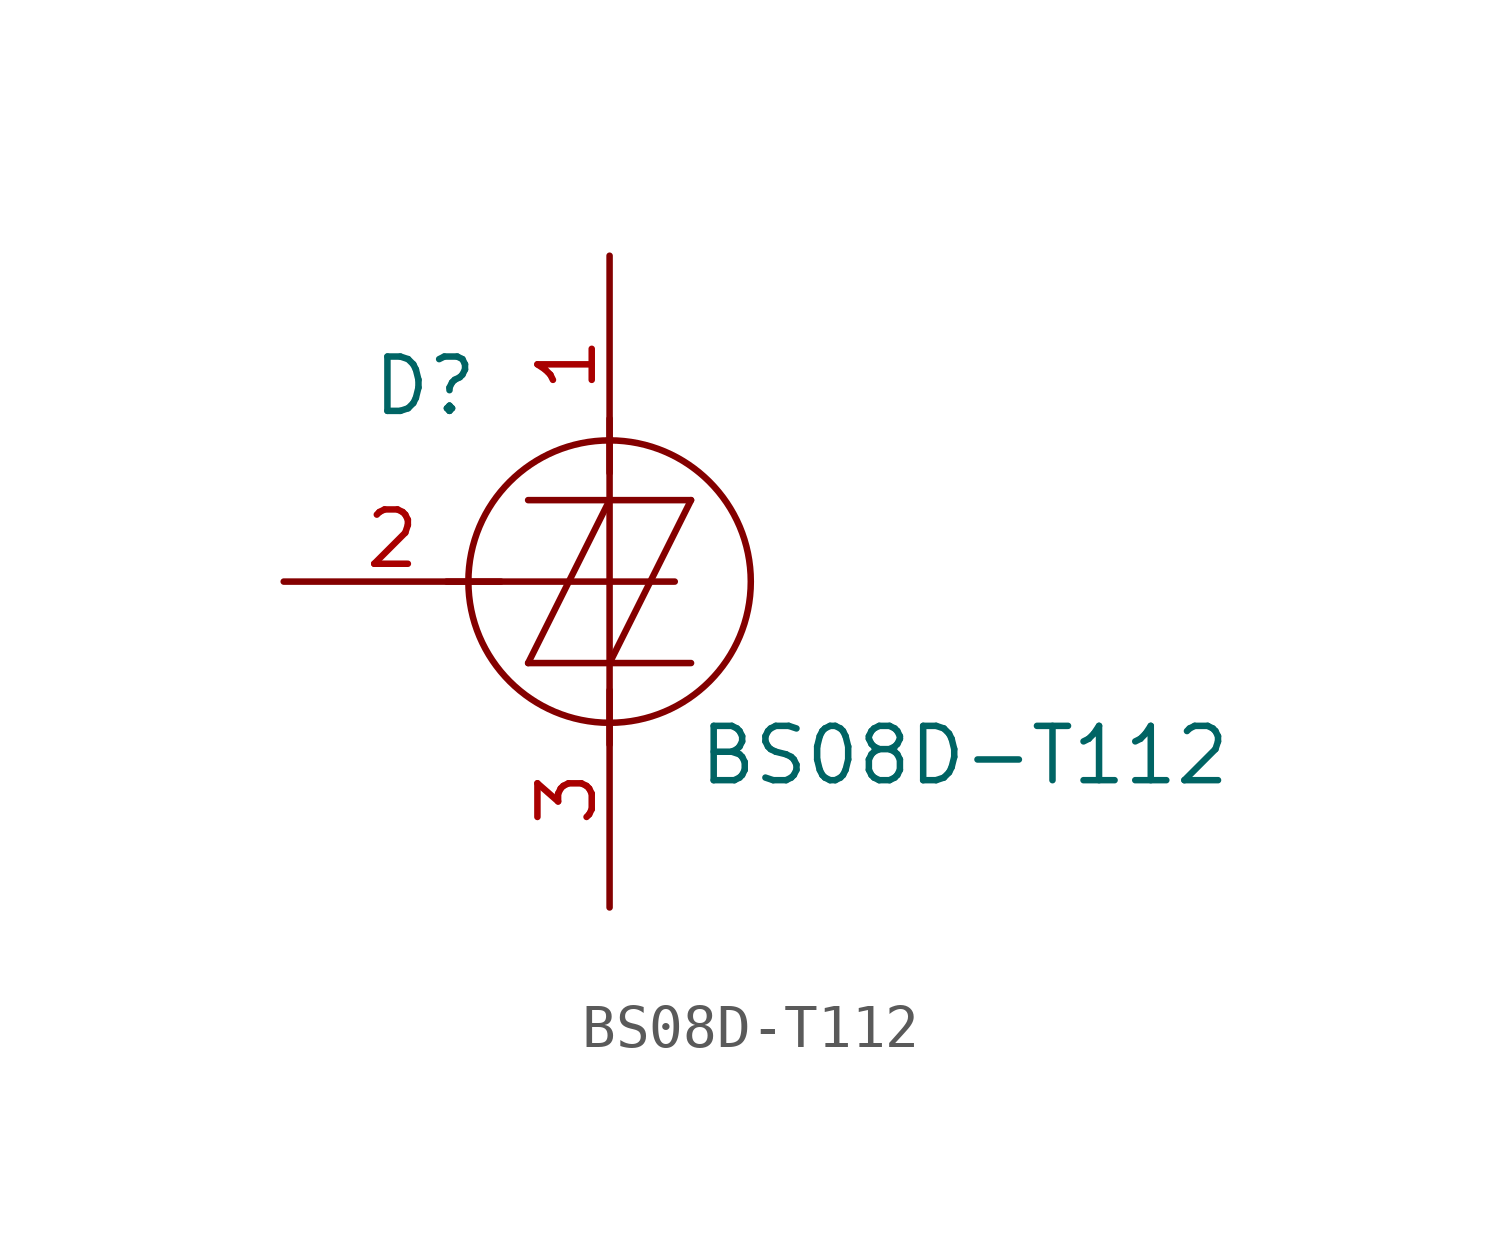
<source format=kicad_sym>
(kicad_symbol_lib
  (version 20201005)
  (generator kicad_symbol_editor)
  (symbol "BS08D-T112"
    (pin_names
      (offset 0) hide)
    (property "Reference" "D"
      (at -4.318 4.572 0)
      (effects (font (size 1.27 1.27))))
    (property "Value" "BS08D-T112"
      (at 2.032 -4.064 0)
      (effects (font (size 1.27 1.27)) (justify left)))
    (symbol "BS08D-T112_0_1"
      (circle (center 0 0) (radius 3.302) (stroke (width 0)) (fill (type none)))
      (polyline (pts (xy -1.905 -1.905) (xy 1.905 -1.905)) (stroke (width 0)) (fill (type none)))
      (polyline (pts (xy -1.905 1.905) (xy 1.905 1.905)) (stroke (width 0)) (fill (type none)))
      (polyline (pts (xy 0 1.905) (xy -1.905 -1.905)) (stroke (width 0)) (fill (type none)))
      (polyline (pts (xy 0 3.81) (xy 0 -3.81)) (stroke (width 0)) (fill (type none)))
      (polyline (pts (xy 1.524 0) (xy -3.81 0)) (stroke (width 0)) (fill (type none)))
      (polyline (pts (xy 1.905 1.905) (xy 0 -1.905)) (stroke (width 0)) (fill (type none))))
    (symbol "BS08D-T112_1_1"
      (pin passive line (at 0 7.62 270) (length 5.08) (name "T2" (effects (font (size 1.27 1.27)))) (number "1" (effects (font (size 1.27 1.27)))))
      (pin input line (at -7.62 0 0) (length 5.08) (name "G" (effects (font (size 1.27 1.27)))) (number "2" (effects (font (size 1.27 1.27)))))
      (pin passive line (at 0 -7.62 90) (length 5.08) (name "T1" (effects (font (size 1.27 1.27)))) (number "3" (effects (font (size 1.27 1.27))))))))
</source>
